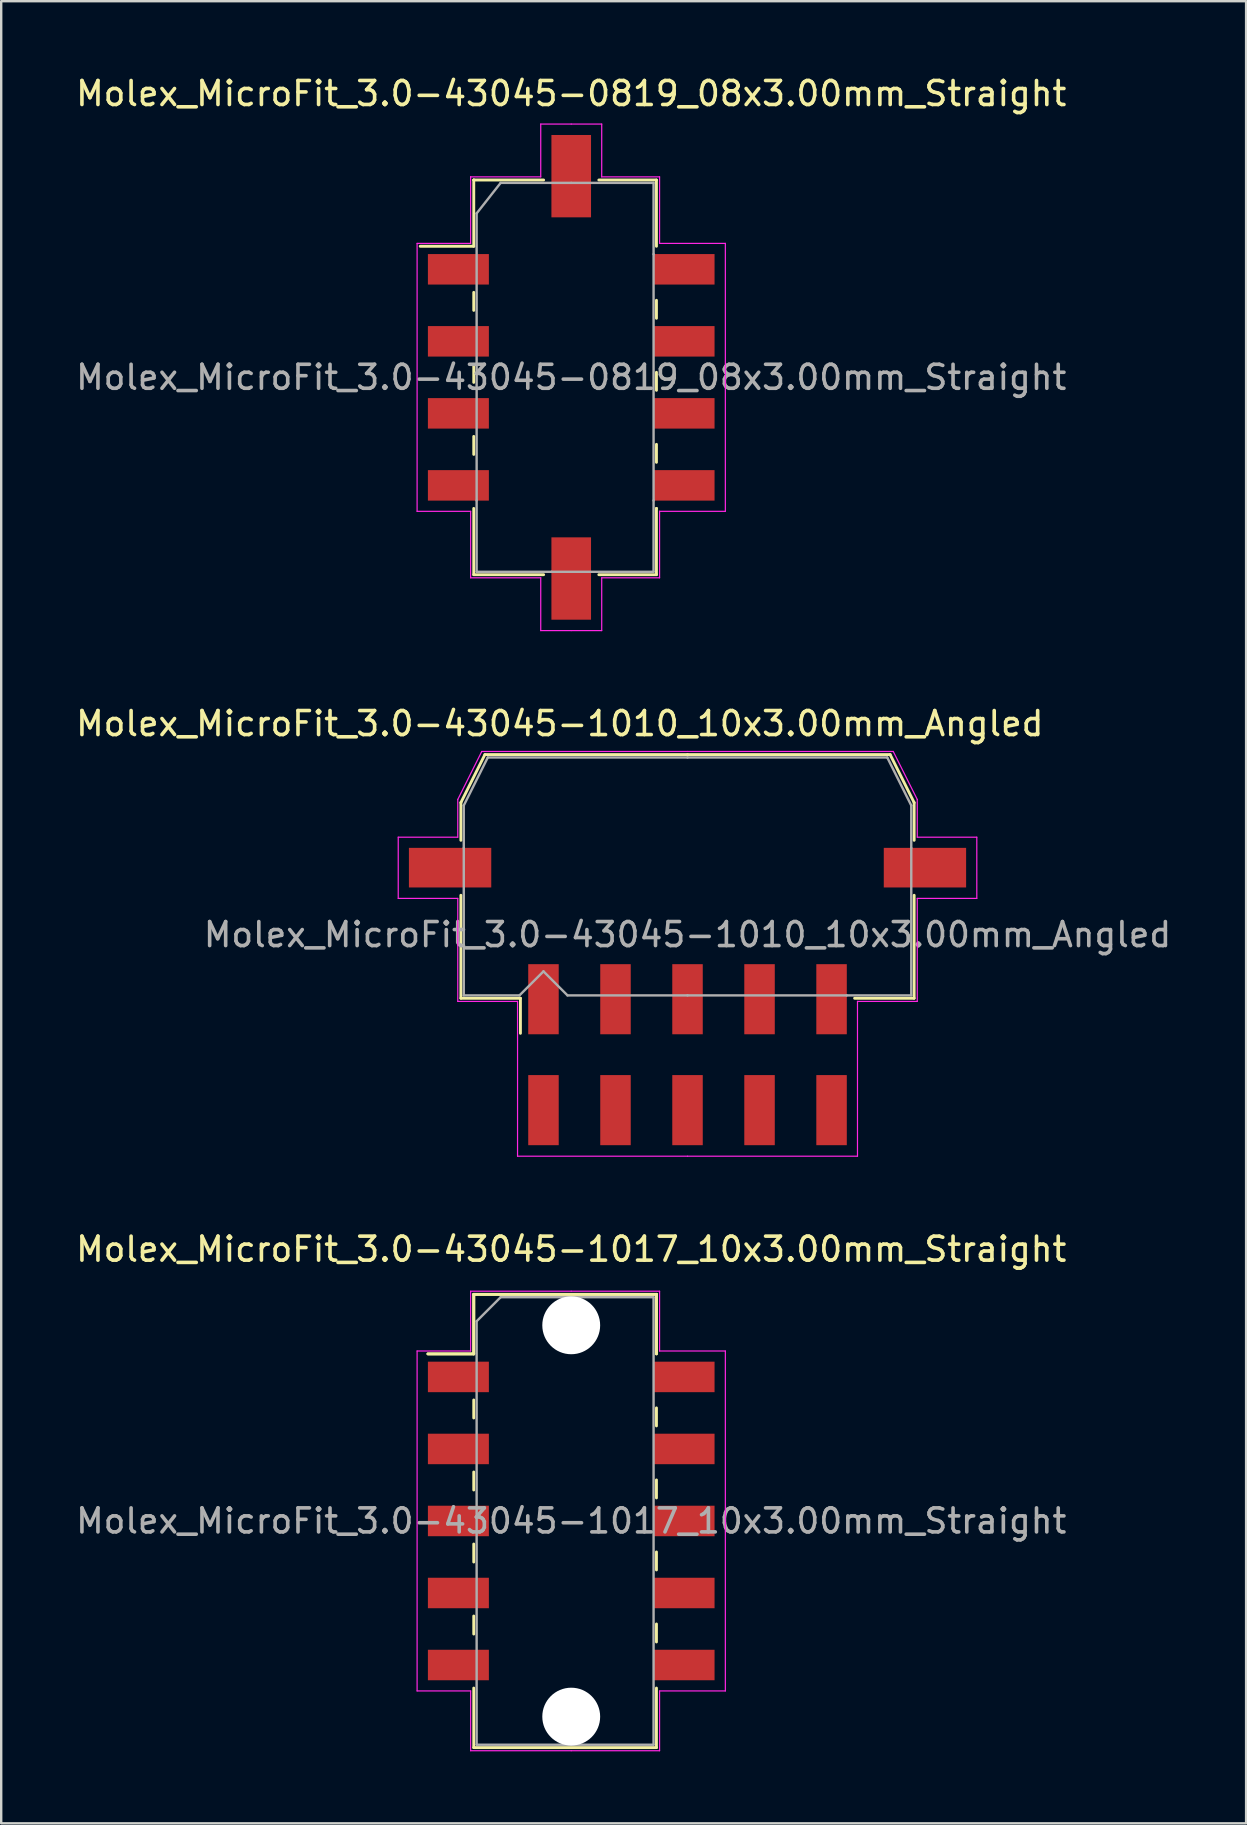
<source format=kicad_pcb>
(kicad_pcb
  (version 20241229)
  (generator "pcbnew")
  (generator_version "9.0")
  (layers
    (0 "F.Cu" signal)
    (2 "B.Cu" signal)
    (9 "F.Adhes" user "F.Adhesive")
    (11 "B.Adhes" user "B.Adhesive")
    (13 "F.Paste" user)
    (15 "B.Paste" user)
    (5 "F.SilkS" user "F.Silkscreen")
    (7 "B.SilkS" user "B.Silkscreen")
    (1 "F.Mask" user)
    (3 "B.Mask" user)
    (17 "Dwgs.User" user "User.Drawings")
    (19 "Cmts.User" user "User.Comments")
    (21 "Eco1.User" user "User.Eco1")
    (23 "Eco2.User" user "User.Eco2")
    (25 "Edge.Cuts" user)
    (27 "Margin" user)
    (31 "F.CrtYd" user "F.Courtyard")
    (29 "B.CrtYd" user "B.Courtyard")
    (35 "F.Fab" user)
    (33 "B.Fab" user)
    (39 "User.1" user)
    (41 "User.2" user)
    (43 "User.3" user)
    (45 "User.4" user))
  (footprint "Molex_MicroFit_3.0-43045-1010_10x3.00mm_Angled"
    (layer "F.Cu")
    (at 25.588 40.882)
    (property "Reference" "Molex_MicroFit_3.0-43045-1010_10x3.00mm_Angled" (at -5.32 -13.79 0) (layer "F.SilkS") (effects (font (size 1 1) (thickness 0.15))))
    (attr smd)
    (fp_line (start -9.44 -10.5) (end -9.44 -8.93) (stroke (width 0.12) (type solid)) (layer "F.SilkS"))
    (fp_line (start -9.44 -6.64) (end -9.44 -2.35) (stroke (width 0.12) (type solid)) (layer "F.SilkS"))
    (fp_line (start -9.44 -2.35) (end -6.96 -2.35) (stroke (width 0.12) (type solid)) (layer "F.SilkS"))
    (fp_line (start -8.44 -12.5) (end -9.44 -10.5) (stroke (width 0.12) (type solid)) (layer "F.SilkS"))
    (fp_line (start -6.96 -2.35) (end -6.96 -0.89) (stroke (width 0.12) (type solid)) (layer "F.SilkS"))
    (fp_line (start 0 -12.5) (end -8.44 -12.5) (stroke (width 0.12) (type solid)) (layer "F.SilkS"))
    (fp_line (start 0 -12.5) (end 8.44 -12.5) (stroke (width 0.12) (type solid)) (layer "F.SilkS"))
    (fp_line (start 8.44 -12.5) (end 9.44 -10.5) (stroke (width 0.12) (type solid)) (layer "F.SilkS"))
    (fp_line (start 9.44 -10.5) (end 9.44 -8.93) (stroke (width 0.12) (type solid)) (layer "F.SilkS"))
    (fp_line (start 9.44 -6.64) (end 9.44 -2.35) (stroke (width 0.12) (type solid)) (layer "F.SilkS"))
    (fp_line (start 9.44 -2.35) (end 6.96 -2.35) (stroke (width 0.12) (type solid)) (layer "F.SilkS"))
    (fp_line (start -12.05 -9.06) (end -12.05 -6.51) (stroke (width 0.05) (type solid)) (layer "F.CrtYd"))
    (fp_line (start -12.05 -6.51) (end -9.57 -6.51) (stroke (width 0.05) (type solid)) (layer "F.CrtYd"))
    (fp_line (start -9.57 -10.63) (end -9.57 -9.06) (stroke (width 0.05) (type solid)) (layer "F.CrtYd"))
    (fp_line (start -9.57 -9.06) (end -12.05 -9.06) (stroke (width 0.05) (type solid)) (layer "F.CrtYd"))
    (fp_line (start -9.57 -6.51) (end -9.57 -2.22) (stroke (width 0.05) (type solid)) (layer "F.CrtYd"))
    (fp_line (start -9.57 -2.22) (end -7.08 -2.22) (stroke (width 0.05) (type solid)) (layer "F.CrtYd"))
    (fp_line (start -8.57 -12.63) (end -9.57 -10.63) (stroke (width 0.05) (type solid)) (layer "F.CrtYd"))
    (fp_line (start -7.08 -2.22) (end -7.08 4.23) (stroke (width 0.05) (type solid)) (layer "F.CrtYd"))
    (fp_line (start -7.08 4.23) (end 0 4.23) (stroke (width 0.05) (type solid)) (layer "F.CrtYd"))
    (fp_line (start 0 -12.63) (end -8.57 -12.63) (stroke (width 0.05) (type solid)) (layer "F.CrtYd"))
    (fp_line (start 0 -12.63) (end 8.57 -12.63) (stroke (width 0.05) (type solid)) (layer "F.CrtYd"))
    (fp_line (start 7.08 -2.22) (end 7.08 4.23) (stroke (width 0.05) (type solid)) (layer "F.CrtYd"))
    (fp_line (start 7.08 4.23) (end 0 4.23) (stroke (width 0.05) (type solid)) (layer "F.CrtYd"))
    (fp_line (start 8.57 -12.63) (end 9.57 -10.63) (stroke (width 0.05) (type solid)) (layer "F.CrtYd"))
    (fp_line (start 9.57 -10.63) (end 9.57 -9.06) (stroke (width 0.05) (type solid)) (layer "F.CrtYd"))
    (fp_line (start 9.57 -9.06) (end 12.05 -9.06) (stroke (width 0.05) (type solid)) (layer "F.CrtYd"))
    (fp_line (start 9.57 -6.51) (end 9.57 -2.22) (stroke (width 0.05) (type solid)) (layer "F.CrtYd"))
    (fp_line (start 9.57 -2.22) (end 7.08 -2.22) (stroke (width 0.05) (type solid)) (layer "F.CrtYd"))
    (fp_line (start 12.05 -9.06) (end 12.05 -6.51) (stroke (width 0.05) (type solid)) (layer "F.CrtYd"))
    (fp_line (start 12.05 -6.51) (end 9.57 -6.51) (stroke (width 0.05) (type solid)) (layer "F.CrtYd"))
    (fp_line (start -9.32 -10.38) (end -9.32 -8.61) (stroke (width 0.1) (type solid)) (layer "F.Fab"))
    (fp_line (start -9.32 -8.61) (end -9.32 -2.47) (stroke (width 0.1) (type solid)) (layer "F.Fab"))
    (fp_line (start -9.32 -2.47) (end -7 -2.47) (stroke (width 0.1) (type solid)) (layer "F.Fab"))
    (fp_line (start -8.32 -12.38) (end -9.32 -10.38) (stroke (width 0.1) (type solid)) (layer "F.Fab"))
    (fp_line (start -7 -2.47) (end -6 -3.47) (stroke (width 0.1) (type solid)) (layer "F.Fab"))
    (fp_line (start -6 -3.47) (end -5 -2.47) (stroke (width 0.1) (type solid)) (layer "F.Fab"))
    (fp_line (start -5 -2.47) (end 0 -2.47) (stroke (width 0.1) (type solid)) (layer "F.Fab"))
    (fp_line (start 0 -12.38) (end -8.32 -12.38) (stroke (width 0.1) (type solid)) (layer "F.Fab"))
    (fp_line (start 0 -12.38) (end 8.32 -12.38) (stroke (width 0.1) (type solid)) (layer "F.Fab"))
    (fp_line (start 6.63 -2.47) (end 0 -2.47) (stroke (width 0.1) (type solid)) (layer "F.Fab"))
    (fp_line (start 8.32 -12.38) (end 9.32 -10.38) (stroke (width 0.1) (type solid)) (layer "F.Fab"))
    (fp_line (start 9.32 -10.38) (end 9.32 -8.61) (stroke (width 0.1) (type solid)) (layer "F.Fab"))
    (fp_line (start 9.32 -8.61) (end 9.32 -2.47) (stroke (width 0.1) (type solid)) (layer "F.Fab"))
    (fp_line (start 9.32 -2.47) (end 6.63 -2.47) (stroke (width 0.1) (type solid)) (layer "F.Fab"))
    (fp_text user "${REFERENCE}" (at 0 -5 0) (layer "F.Fab") (effects (font (size 1 1) (thickness 0.15))))
    (pad "" smd rect (at -9.89 -7.79) (size 3.43 1.65) (layers "F.Cu" "F.Mask" "F.Paste"))
    (pad "" smd rect (at 9.89 -7.79) (size 3.43 1.65) (layers "F.Cu" "F.Mask" "F.Paste"))
    (pad "1" smd rect (at -6 -2.31) (size 1.27 2.92) (layers "F.Cu" "F.Mask" "F.Paste"))
    (pad "2" smd rect (at -3 -2.31) (size 1.27 2.92) (layers "F.Cu" "F.Mask" "F.Paste"))
    (pad "3" smd rect (at 0 -2.31) (size 1.27 2.92) (layers "F.Cu" "F.Mask" "F.Paste"))
    (pad "4" smd rect (at 3 -2.31) (size 1.27 2.92) (layers "F.Cu" "F.Mask" "F.Paste"))
    (pad "5" smd rect (at 6 -2.31) (size 1.27 2.92) (layers "F.Cu" "F.Mask" "F.Paste"))
    (pad "6" smd rect (at 6 2.31) (size 1.27 2.92) (layers "F.Cu" "F.Mask" "F.Paste"))
    (pad "7" smd rect (at 3 2.31) (size 1.27 2.92) (layers "F.Cu" "F.Mask" "F.Paste"))
    (pad "8" smd rect (at 0 2.31) (size 1.27 2.92) (layers "F.Cu" "F.Mask" "F.Paste"))
    (pad "9" smd rect (at -3 2.31) (size 1.27 2.92) (layers "F.Cu" "F.Mask" "F.Paste"))
    (pad "10" smd rect (at -6 2.31) (size 1.27 2.92) (layers "F.Cu" "F.Mask" "F.Paste")))
  (footprint "Molex_MicroFit_3.0-43045-0819_08x3.00mm_Straight"
    (layer "F.Cu")
    (at 20.744 12.668)
    (property "Reference" "Molex_MicroFit_3.0-43045-0819_08x3.00mm_Straight" (at 0 -11.82 0) (layer "F.SilkS") (effects (font (size 1 1) (thickness 0.15))))
    (attr smd)
    (fp_line (start -6.29 -5.46) (end -4.06 -5.46) (stroke (width 0.12) (type solid)) (layer "F.SilkS"))
    (fp_line (start -4.06 -8.22) (end -4.06 -8.22) (stroke (width 0.12) (type solid)) (layer "F.SilkS"))
    (fp_line (start -4.06 -8.22) (end -1.15 -8.22) (stroke (width 0.12) (type solid)) (layer "F.SilkS"))
    (fp_line (start -4.06 -5.46) (end -4.06 -8.22) (stroke (width 0.12) (type solid)) (layer "F.SilkS"))
    (fp_line (start -4.06 -3.54) (end -4.06 -2.79) (stroke (width 0.12) (type solid)) (layer "F.SilkS"))
    (fp_line (start -4.06 -0.54) (end -4.06 0.21) (stroke (width 0.12) (type solid)) (layer "F.SilkS"))
    (fp_line (start -4.06 2.46) (end -4.06 3.21) (stroke (width 0.12) (type solid)) (layer "F.SilkS"))
    (fp_line (start -4.06 8.22) (end -4.06 5.46) (stroke (width 0.12) (type solid)) (layer "F.SilkS"))
    (fp_line (start -1.15 8.22) (end -4.06 8.22) (stroke (width 0.12) (type solid)) (layer "F.SilkS"))
    (fp_line (start 1.15 -8.22) (end 3.55 -8.22) (stroke (width 0.12) (type solid)) (layer "F.SilkS"))
    (fp_line (start 3.55 -8.22) (end 3.55 -5.46) (stroke (width 0.12) (type solid)) (layer "F.SilkS"))
    (fp_line (start 3.55 -2.46) (end 3.55 -3.21) (stroke (width 0.12) (type solid)) (layer "F.SilkS"))
    (fp_line (start 3.55 0.54) (end 3.55 -0.21) (stroke (width 0.12) (type solid)) (layer "F.SilkS"))
    (fp_line (start 3.55 3.54) (end 3.55 2.79) (stroke (width 0.12) (type solid)) (layer "F.SilkS"))
    (fp_line (start 3.55 5.46) (end 3.55 5.46) (stroke (width 0.12) (type solid)) (layer "F.SilkS"))
    (fp_line (start 3.55 5.46) (end 3.55 8.22) (stroke (width 0.12) (type solid)) (layer "F.SilkS"))
    (fp_line (start 3.55 8.22) (end 1.15 8.22) (stroke (width 0.12) (type solid)) (layer "F.SilkS"))
    (fp_line (start -6.42 -5.58) (end -4.19 -5.58) (stroke (width 0.05) (type solid)) (layer "F.CrtYd"))
    (fp_line (start -6.42 5.58) (end -6.42 -5.58) (stroke (width 0.05) (type solid)) (layer "F.CrtYd"))
    (fp_line (start -4.19 -8.35) (end -4.19 -8.35) (stroke (width 0.05) (type solid)) (layer "F.CrtYd"))
    (fp_line (start -4.19 -8.35) (end -1.27 -8.35) (stroke (width 0.05) (type solid)) (layer "F.CrtYd"))
    (fp_line (start -4.19 -5.58) (end -4.19 -8.35) (stroke (width 0.05) (type solid)) (layer "F.CrtYd"))
    (fp_line (start -4.19 5.58) (end -6.42 5.58) (stroke (width 0.05) (type solid)) (layer "F.CrtYd"))
    (fp_line (start -4.19 8.35) (end -4.19 5.58) (stroke (width 0.05) (type solid)) (layer "F.CrtYd"))
    (fp_line (start -1.27 -10.55) (end 0 -10.55) (stroke (width 0.05) (type solid)) (layer "F.CrtYd"))
    (fp_line (start -1.27 -8.35) (end -1.27 -10.55) (stroke (width 0.05) (type solid)) (layer "F.CrtYd"))
    (fp_line (start -1.27 8.35) (end -4.19 8.35) (stroke (width 0.05) (type solid)) (layer "F.CrtYd"))
    (fp_line (start -1.27 10.55) (end -1.27 8.35) (stroke (width 0.05) (type solid)) (layer "F.CrtYd"))
    (fp_line (start 0 -10.55) (end 1.27 -10.55) (stroke (width 0.05) (type solid)) (layer "F.CrtYd"))
    (fp_line (start 0 10.55) (end -1.27 10.55) (stroke (width 0.05) (type solid)) (layer "F.CrtYd"))
    (fp_line (start 1.27 -10.55) (end 1.27 -8.35) (stroke (width 0.05) (type solid)) (layer "F.CrtYd"))
    (fp_line (start 1.27 -8.35) (end 3.68 -8.35) (stroke (width 0.05) (type solid)) (layer "F.CrtYd"))
    (fp_line (start 1.27 8.35) (end 1.27 10.55) (stroke (width 0.05) (type solid)) (layer "F.CrtYd"))
    (fp_line (start 1.27 10.55) (end 0 10.55) (stroke (width 0.05) (type solid)) (layer "F.CrtYd"))
    (fp_line (start 3.68 -8.35) (end 3.68 -5.58) (stroke (width 0.05) (type solid)) (layer "F.CrtYd"))
    (fp_line (start 3.68 -5.58) (end 6.42 -5.58) (stroke (width 0.05) (type solid)) (layer "F.CrtYd"))
    (fp_line (start 3.68 5.58) (end 3.68 5.58) (stroke (width 0.05) (type solid)) (layer "F.CrtYd"))
    (fp_line (start 3.68 5.58) (end 3.68 8.35) (stroke (width 0.05) (type solid)) (layer "F.CrtYd"))
    (fp_line (start 3.68 8.35) (end 1.27 8.35) (stroke (width 0.05) (type solid)) (layer "F.CrtYd"))
    (fp_line (start 6.42 -5.58) (end 6.42 5.58) (stroke (width 0.05) (type solid)) (layer "F.CrtYd"))
    (fp_line (start 6.42 5.58) (end 3.68 5.58) (stroke (width 0.05) (type solid)) (layer "F.CrtYd"))
    (fp_line (start -3.94 -6.83) (end -2.94 -8.1) (stroke (width 0.1) (type solid)) (layer "F.Fab"))
    (fp_line (start -3.94 5.13) (end -3.94 -6.83) (stroke (width 0.1) (type solid)) (layer "F.Fab"))
    (fp_line (start -3.94 8.1) (end -3.94 5.13) (stroke (width 0.1) (type solid)) (layer "F.Fab"))
    (fp_line (start -2.94 -8.1) (end 0 -8.1) (stroke (width 0.1) (type solid)) (layer "F.Fab"))
    (fp_line (start -0.82 8.1) (end -3.94 8.1) (stroke (width 0.1) (type solid)) (layer "F.Fab"))
    (fp_line (start 0 -8.1) (end 3.43 -8.1) (stroke (width 0.1) (type solid)) (layer "F.Fab"))
    (fp_line (start 3.43 -8.1) (end 3.43 -5.13) (stroke (width 0.1) (type solid)) (layer "F.Fab"))
    (fp_line (start 3.43 -5.13) (end 3.43 5.13) (stroke (width 0.1) (type solid)) (layer "F.Fab"))
    (fp_line (start 3.43 5.13) (end 3.43 8.1) (stroke (width 0.1) (type solid)) (layer "F.Fab"))
    (fp_line (start 3.43 8.1) (end -0.82 8.1) (stroke (width 0.1) (type solid)) (layer "F.Fab"))
    (fp_text user "${REFERENCE}" (at 0 0 0) (layer "F.Fab") (effects (font (size 1 1) (thickness 0.15))))
    (pad "" smd rect (at 0 -8.38) (size 1.65 3.43) (layers "F.Cu" "F.Mask" "F.Paste"))
    (pad "" smd rect (at 0 8.38) (size 1.65 3.43) (layers "F.Cu" "F.Mask" "F.Paste"))
    (pad "1" smd rect (at -4.7 -4.5) (size 2.54 1.27) (layers "F.Cu" "F.Mask" "F.Paste"))
    (pad "2" smd rect (at -4.7 -1.5) (size 2.54 1.27) (layers "F.Cu" "F.Mask" "F.Paste"))
    (pad "3" smd rect (at -4.7 1.5) (size 2.54 1.27) (layers "F.Cu" "F.Mask" "F.Paste"))
    (pad "4" smd rect (at -4.7 4.5) (size 2.54 1.27) (layers "F.Cu" "F.Mask" "F.Paste"))
    (pad "5" smd rect (at 4.7 4.5) (size 2.54 1.27) (layers "F.Cu" "F.Mask" "F.Paste"))
    (pad "6" smd rect (at 4.7 1.5) (size 2.54 1.27) (layers "F.Cu" "F.Mask" "F.Paste"))
    (pad "7" smd rect (at 4.7 -1.5) (size 2.54 1.27) (layers "F.Cu" "F.Mask" "F.Paste"))
    (pad "8" smd rect (at 4.7 -4.5) (size 2.54 1.27) (layers "F.Cu" "F.Mask" "F.Paste")))
  (footprint "Molex_MicroFit_3.0-43045-1017_10x3.00mm_Straight"
    (layer "F.Cu")
    (at 20.744 60.305)
    (property "Reference" "Molex_MicroFit_3.0-43045-1017_10x3.00mm_Straight" (at 0 -11.32 0) (layer "F.SilkS") (effects (font (size 1 1) (thickness 0.15))))
    (attr smd)
    (fp_line (start -5.97 -6.96) (end -4.06 -6.96) (stroke (width 0.12) (type solid)) (layer "F.SilkS"))
    (fp_line (start -5.97 -6.96) (end -4.06 -6.96) (stroke (width 0.12) (type solid)) (layer "F.SilkS"))
    (fp_line (start -4.06 -9.44) (end 3.55 -9.44) (stroke (width 0.12) (type solid)) (layer "F.SilkS"))
    (fp_line (start -4.06 -9.44) (end 3.55 -9.44) (stroke (width 0.12) (type solid)) (layer "F.SilkS"))
    (fp_line (start -4.06 -6.96) (end -4.06 -9.44) (stroke (width 0.12) (type solid)) (layer "F.SilkS"))
    (fp_line (start -4.06 -6.96) (end -4.06 -9.44) (stroke (width 0.12) (type solid)) (layer "F.SilkS"))
    (fp_line (start -4.06 -5.04) (end -4.06 -4.29) (stroke (width 0.12) (type solid)) (layer "F.SilkS"))
    (fp_line (start -4.06 -2.04) (end -4.06 -1.29) (stroke (width 0.12) (type solid)) (layer "F.SilkS"))
    (fp_line (start -4.06 0.96) (end -4.06 1.71) (stroke (width 0.12) (type solid)) (layer "F.SilkS"))
    (fp_line (start -4.06 3.96) (end -4.06 4.71) (stroke (width 0.12) (type solid)) (layer "F.SilkS"))
    (fp_line (start -4.06 9.44) (end -4.06 6.96) (stroke (width 0.12) (type solid)) (layer "F.SilkS"))
    (fp_line (start 3.55 -9.44) (end 3.55 -6.96) (stroke (width 0.12) (type solid)) (layer "F.SilkS"))
    (fp_line (start 3.55 -9.44) (end 3.55 -6.96) (stroke (width 0.12) (type solid)) (layer "F.SilkS"))
    (fp_line (start 3.55 -3.96) (end 3.55 -4.71) (stroke (width 0.12) (type solid)) (layer "F.SilkS"))
    (fp_line (start 3.55 -0.96) (end 3.55 -1.71) (stroke (width 0.12) (type solid)) (layer "F.SilkS"))
    (fp_line (start 3.55 2.04) (end 3.55 1.29) (stroke (width 0.12) (type solid)) (layer "F.SilkS"))
    (fp_line (start 3.55 5.04) (end 3.55 4.29) (stroke (width 0.12) (type solid)) (layer "F.SilkS"))
    (fp_line (start 3.55 6.96) (end 3.55 9.44) (stroke (width 0.12) (type solid)) (layer "F.SilkS"))
    (fp_line (start 3.55 9.44) (end -4.06 9.44) (stroke (width 0.12) (type solid)) (layer "F.SilkS"))
    (fp_line (start -6.42 -7.08) (end -4.19 -7.08) (stroke (width 0.05) (type solid)) (layer "F.CrtYd"))
    (fp_line (start -6.42 7.08) (end -6.42 -7.08) (stroke (width 0.05) (type solid)) (layer "F.CrtYd"))
    (fp_line (start -4.19 -9.57) (end 0 -9.57) (stroke (width 0.05) (type solid)) (layer "F.CrtYd"))
    (fp_line (start -4.19 -7.08) (end -4.19 -9.57) (stroke (width 0.05) (type solid)) (layer "F.CrtYd"))
    (fp_line (start -4.19 7.08) (end -6.42 7.08) (stroke (width 0.05) (type solid)) (layer "F.CrtYd"))
    (fp_line (start -4.19 9.57) (end -4.19 7.08) (stroke (width 0.05) (type solid)) (layer "F.CrtYd"))
    (fp_line (start 0 -9.57) (end 3.68 -9.57) (stroke (width 0.05) (type solid)) (layer "F.CrtYd"))
    (fp_line (start 0 9.57) (end -4.19 9.57) (stroke (width 0.05) (type solid)) (layer "F.CrtYd"))
    (fp_line (start 3.68 -9.57) (end 3.68 -7.08) (stroke (width 0.05) (type solid)) (layer "F.CrtYd"))
    (fp_line (start 3.68 -7.08) (end 6.42 -7.08) (stroke (width 0.05) (type solid)) (layer "F.CrtYd"))
    (fp_line (start 3.68 7.08) (end 3.68 9.57) (stroke (width 0.05) (type solid)) (layer "F.CrtYd"))
    (fp_line (start 3.68 9.57) (end 0 9.57) (stroke (width 0.05) (type solid)) (layer "F.CrtYd"))
    (fp_line (start 6.42 -7.08) (end 6.42 7.08) (stroke (width 0.05) (type solid)) (layer "F.CrtYd"))
    (fp_line (start 6.42 7.08) (end 3.68 7.08) (stroke (width 0.05) (type solid)) (layer "F.CrtYd"))
    (fp_line (start -3.94 -8.32) (end -2.94 -9.32) (stroke (width 0.1) (type solid)) (layer "F.Fab"))
    (fp_line (start -3.94 9.32) (end -3.94 -8.32) (stroke (width 0.1) (type solid)) (layer "F.Fab"))
    (fp_line (start -2.94 -9.32) (end 0 -9.32) (stroke (width 0.1) (type solid)) (layer "F.Fab"))
    (fp_line (start 0 -9.32) (end 3.43 -9.32) (stroke (width 0.1) (type solid)) (layer "F.Fab"))
    (fp_line (start 0 9.32) (end -3.94 9.32) (stroke (width 0.1) (type solid)) (layer "F.Fab"))
    (fp_line (start 3.43 -9.32) (end 3.43 9.32) (stroke (width 0.1) (type solid)) (layer "F.Fab"))
    (fp_line (start 3.43 9.32) (end 0 9.32) (stroke (width 0.1) (type solid)) (layer "F.Fab"))
    (fp_text user "${REFERENCE}" (at 0 0 0) (layer "F.Fab") (effects (font (size 1 1) (thickness 0.15))))
    (pad "" np_thru_hole circle (at 0 -8.15) (size 2.41 2.41) (drill 2.41) (layers "*.Cu"))
    (pad "" np_thru_hole circle (at 0 8.15) (size 2.41 2.41) (drill 2.41) (layers "*.Cu"))
    (pad "1" smd rect (at -4.7 -6) (size 2.54 1.27) (layers "F.Cu" "F.Mask" "F.Paste"))
    (pad "2" smd rect (at -4.7 -3) (size 2.54 1.27) (layers "F.Cu" "F.Mask" "F.Paste"))
    (pad "3" smd rect (at -4.7 0) (size 2.54 1.27) (layers "F.Cu" "F.Mask" "F.Paste"))
    (pad "4" smd rect (at -4.7 3) (size 2.54 1.27) (layers "F.Cu" "F.Mask" "F.Paste"))
    (pad "5" smd rect (at -4.7 6) (size 2.54 1.27) (layers "F.Cu" "F.Mask" "F.Paste"))
    (pad "6" smd rect (at 4.7 6) (size 2.54 1.27) (layers "F.Cu" "F.Mask" "F.Paste"))
    (pad "7" smd rect (at 4.7 3) (size 2.54 1.27) (layers "F.Cu" "F.Mask" "F.Paste"))
    (pad "8" smd rect (at 4.7 0) (size 2.54 1.27) (layers "F.Cu" "F.Mask" "F.Paste"))
    (pad "9" smd rect (at 4.7 -3) (size 2.54 1.27) (layers "F.Cu" "F.Mask" "F.Paste"))
    (pad "10" smd rect (at 4.7 -6) (size 2.54 1.27) (layers "F.Cu" "F.Mask" "F.Paste")))
  (gr_rect
    (start -3 -3)
    (end 48.856 72.9)
    (stroke (width 0.1) (type default))
    (fill no)
    (layer "Edge.Cuts")))
</source>
